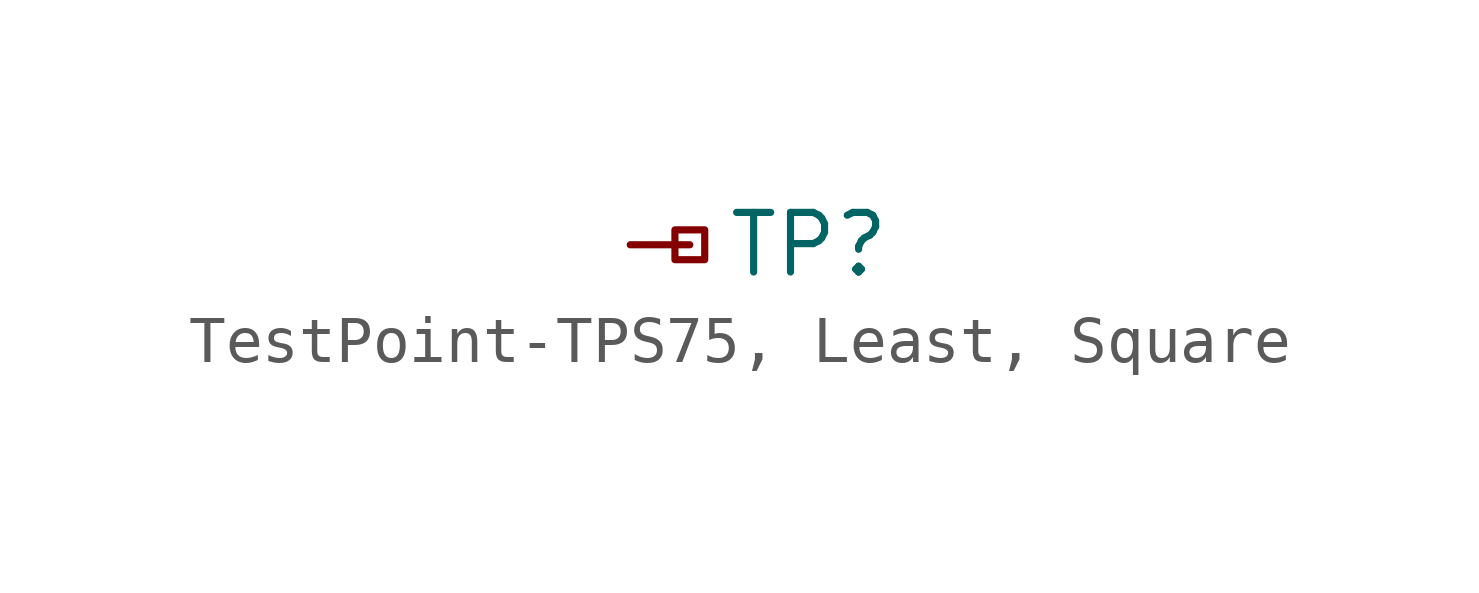
<source format=kicad_sym>
(kicad_symbol_lib
  (version 20241209)
  (generator "kicad_symbol_editor")
  (generator_version "9.0")
  (symbol "TestPoint-TPS75, Least, Square"
    (pin_numbers
      (hide yes))
    (pin_names
      (offset 1.016)
      (hide yes))
    (property "Reference" "TP"
      (at 3.81 0 0)
      (effects (font (size 1.27 1.27))))
    (symbol "TestPoint-TPS75, Least, Square_0_1"
      (rectangle (start 0.953 0.318) (end 1.588 -0.318) (stroke (width 0) (type default)) (fill (type none))))
    (symbol "TestPoint-TPS75, Least, Square_1_1"
      (pin passive line (at 0 0 0) (length 1.27) (name "1" (effects (font (size 1.27 1.27)))) (number "1" (effects (font (size 1.27 1.27))))))))
</source>
